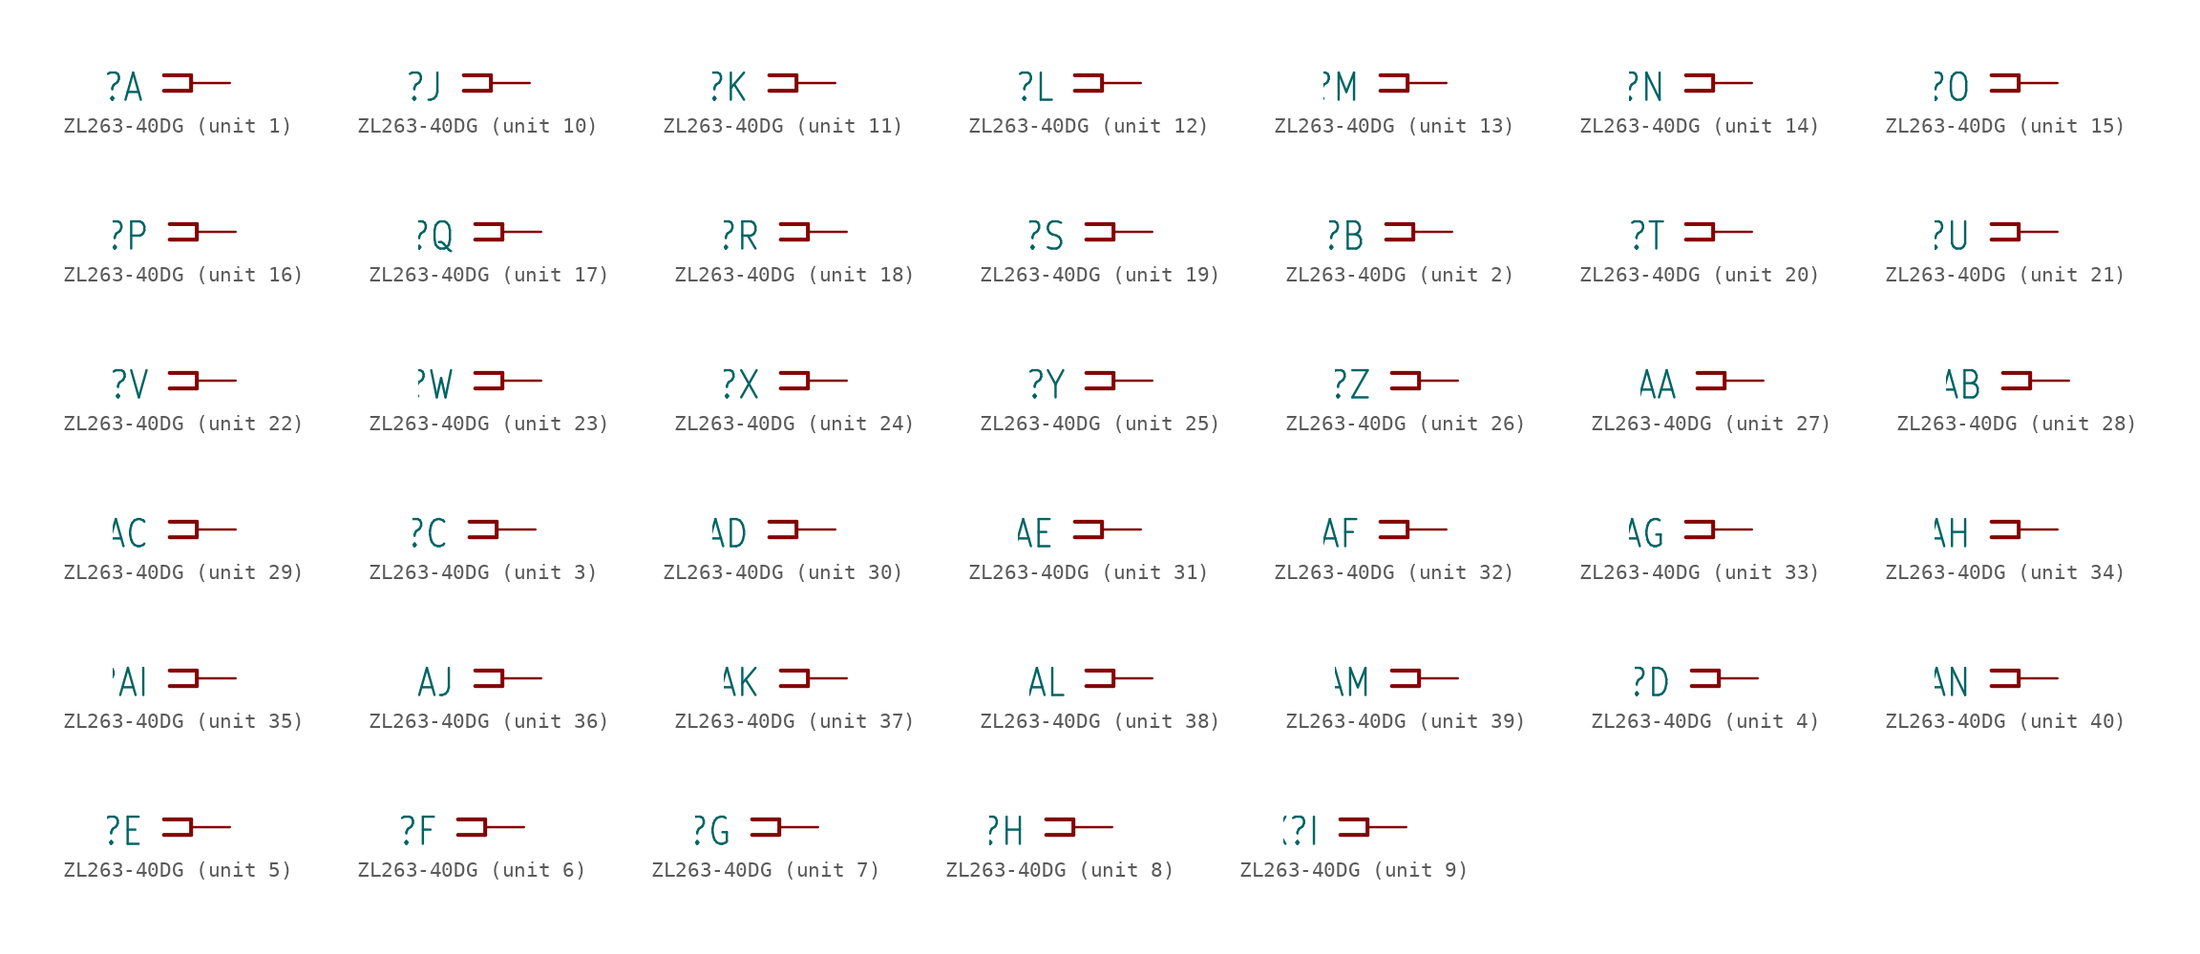
<source format=kicad_sym>
(kicad_symbol_lib
  (version 20220914)
  (generator kicad_symbol_editor)
  (symbol "ZL263-40DG"
    (property "Reference" "X"
      (at -5.588 0.762 0)
      (effects (font (size 1.778 1.511)) (justify right top)))
    (property "ki_locked" ""
      (at 0 0 0)
      (effects (font (size 1.27 1.27))))
    (symbol "ZL263-40DG_1_0"
      (polyline (pts (xy -4.318 0.508) (xy -2.54 0.508)) (stroke (width 0.254) (type solid)) (fill (type none)))
      (polyline (pts (xy -2.54 -0.508) (xy -4.318 -0.508)) (stroke (width 0.254) (type solid)) (fill (type none)))
      (polyline (pts (xy -2.54 0.508) (xy -2.54 -0.508)) (stroke (width 0.254) (type solid)) (fill (type none)))
      (pin passive line (at 0 0 180) (length 2.54) (name "1" (effects (font (size 0 0)))) (number "1" (effects (font (size 0 0))))))
    (symbol "ZL263-40DG_2_0"
      (polyline (pts (xy -4.318 0.508) (xy -2.54 0.508)) (stroke (width 0.254) (type solid)) (fill (type none)))
      (polyline (pts (xy -2.54 -0.508) (xy -4.318 -0.508)) (stroke (width 0.254) (type solid)) (fill (type none)))
      (polyline (pts (xy -2.54 0.508) (xy -2.54 -0.508)) (stroke (width 0.254) (type solid)) (fill (type none)))
      (pin passive line (at 0 0 180) (length 2.54) (name "1" (effects (font (size 0 0)))) (number "2" (effects (font (size 0 0))))))
    (symbol "ZL263-40DG_3_0"
      (polyline (pts (xy -4.318 0.508) (xy -2.54 0.508)) (stroke (width 0.254) (type solid)) (fill (type none)))
      (polyline (pts (xy -2.54 -0.508) (xy -4.318 -0.508)) (stroke (width 0.254) (type solid)) (fill (type none)))
      (polyline (pts (xy -2.54 0.508) (xy -2.54 -0.508)) (stroke (width 0.254) (type solid)) (fill (type none)))
      (pin passive line (at 0 0 180) (length 2.54) (name "1" (effects (font (size 0 0)))) (number "3" (effects (font (size 0 0))))))
    (symbol "ZL263-40DG_4_0"
      (polyline (pts (xy -4.318 0.508) (xy -2.54 0.508)) (stroke (width 0.254) (type solid)) (fill (type none)))
      (polyline (pts (xy -2.54 -0.508) (xy -4.318 -0.508)) (stroke (width 0.254) (type solid)) (fill (type none)))
      (polyline (pts (xy -2.54 0.508) (xy -2.54 -0.508)) (stroke (width 0.254) (type solid)) (fill (type none)))
      (pin passive line (at 0 0 180) (length 2.54) (name "1" (effects (font (size 0 0)))) (number "4" (effects (font (size 0 0))))))
    (symbol "ZL263-40DG_5_0"
      (polyline (pts (xy -4.318 0.508) (xy -2.54 0.508)) (stroke (width 0.254) (type solid)) (fill (type none)))
      (polyline (pts (xy -2.54 -0.508) (xy -4.318 -0.508)) (stroke (width 0.254) (type solid)) (fill (type none)))
      (polyline (pts (xy -2.54 0.508) (xy -2.54 -0.508)) (stroke (width 0.254) (type solid)) (fill (type none)))
      (pin passive line (at 0 0 180) (length 2.54) (name "1" (effects (font (size 0 0)))) (number "5" (effects (font (size 0 0))))))
    (symbol "ZL263-40DG_6_0"
      (polyline (pts (xy -4.318 0.508) (xy -2.54 0.508)) (stroke (width 0.254) (type solid)) (fill (type none)))
      (polyline (pts (xy -2.54 -0.508) (xy -4.318 -0.508)) (stroke (width 0.254) (type solid)) (fill (type none)))
      (polyline (pts (xy -2.54 0.508) (xy -2.54 -0.508)) (stroke (width 0.254) (type solid)) (fill (type none)))
      (pin passive line (at 0 0 180) (length 2.54) (name "1" (effects (font (size 0 0)))) (number "6" (effects (font (size 0 0))))))
    (symbol "ZL263-40DG_7_0"
      (polyline (pts (xy -4.318 0.508) (xy -2.54 0.508)) (stroke (width 0.254) (type solid)) (fill (type none)))
      (polyline (pts (xy -2.54 -0.508) (xy -4.318 -0.508)) (stroke (width 0.254) (type solid)) (fill (type none)))
      (polyline (pts (xy -2.54 0.508) (xy -2.54 -0.508)) (stroke (width 0.254) (type solid)) (fill (type none)))
      (pin passive line (at 0 0 180) (length 2.54) (name "1" (effects (font (size 0 0)))) (number "7" (effects (font (size 0 0))))))
    (symbol "ZL263-40DG_8_0"
      (polyline (pts (xy -4.318 0.508) (xy -2.54 0.508)) (stroke (width 0.254) (type solid)) (fill (type none)))
      (polyline (pts (xy -2.54 -0.508) (xy -4.318 -0.508)) (stroke (width 0.254) (type solid)) (fill (type none)))
      (polyline (pts (xy -2.54 0.508) (xy -2.54 -0.508)) (stroke (width 0.254) (type solid)) (fill (type none)))
      (pin passive line (at 0 0 180) (length 2.54) (name "1" (effects (font (size 0 0)))) (number "8" (effects (font (size 0 0))))))
    (symbol "ZL263-40DG_9_0"
      (polyline (pts (xy -4.318 0.508) (xy -2.54 0.508)) (stroke (width 0.254) (type solid)) (fill (type none)))
      (polyline (pts (xy -2.54 -0.508) (xy -4.318 -0.508)) (stroke (width 0.254) (type solid)) (fill (type none)))
      (polyline (pts (xy -2.54 0.508) (xy -2.54 -0.508)) (stroke (width 0.254) (type solid)) (fill (type none)))
      (pin passive line (at 0 0 180) (length 2.54) (name "1" (effects (font (size 0 0)))) (number "9" (effects (font (size 0 0))))))
    (symbol "ZL263-40DG_10_0"
      (polyline (pts (xy -4.318 0.508) (xy -2.54 0.508)) (stroke (width 0.254) (type solid)) (fill (type none)))
      (polyline (pts (xy -2.54 -0.508) (xy -4.318 -0.508)) (stroke (width 0.254) (type solid)) (fill (type none)))
      (polyline (pts (xy -2.54 0.508) (xy -2.54 -0.508)) (stroke (width 0.254) (type solid)) (fill (type none)))
      (pin passive line (at 0 0 180) (length 2.54) (name "1" (effects (font (size 0 0)))) (number "10" (effects (font (size 0 0))))))
    (symbol "ZL263-40DG_11_0"
      (polyline (pts (xy -4.318 0.508) (xy -2.54 0.508)) (stroke (width 0.254) (type solid)) (fill (type none)))
      (polyline (pts (xy -2.54 -0.508) (xy -4.318 -0.508)) (stroke (width 0.254) (type solid)) (fill (type none)))
      (polyline (pts (xy -2.54 0.508) (xy -2.54 -0.508)) (stroke (width 0.254) (type solid)) (fill (type none)))
      (pin passive line (at 0 0 180) (length 2.54) (name "1" (effects (font (size 0 0)))) (number "11" (effects (font (size 0 0))))))
    (symbol "ZL263-40DG_12_0"
      (polyline (pts (xy -4.318 0.508) (xy -2.54 0.508)) (stroke (width 0.254) (type solid)) (fill (type none)))
      (polyline (pts (xy -2.54 -0.508) (xy -4.318 -0.508)) (stroke (width 0.254) (type solid)) (fill (type none)))
      (polyline (pts (xy -2.54 0.508) (xy -2.54 -0.508)) (stroke (width 0.254) (type solid)) (fill (type none)))
      (pin passive line (at 0 0 180) (length 2.54) (name "1" (effects (font (size 0 0)))) (number "12" (effects (font (size 0 0))))))
    (symbol "ZL263-40DG_13_0"
      (polyline (pts (xy -4.318 0.508) (xy -2.54 0.508)) (stroke (width 0.254) (type solid)) (fill (type none)))
      (polyline (pts (xy -2.54 -0.508) (xy -4.318 -0.508)) (stroke (width 0.254) (type solid)) (fill (type none)))
      (polyline (pts (xy -2.54 0.508) (xy -2.54 -0.508)) (stroke (width 0.254) (type solid)) (fill (type none)))
      (pin passive line (at 0 0 180) (length 2.54) (name "1" (effects (font (size 0 0)))) (number "13" (effects (font (size 0 0))))))
    (symbol "ZL263-40DG_14_0"
      (polyline (pts (xy -4.318 0.508) (xy -2.54 0.508)) (stroke (width 0.254) (type solid)) (fill (type none)))
      (polyline (pts (xy -2.54 -0.508) (xy -4.318 -0.508)) (stroke (width 0.254) (type solid)) (fill (type none)))
      (polyline (pts (xy -2.54 0.508) (xy -2.54 -0.508)) (stroke (width 0.254) (type solid)) (fill (type none)))
      (pin passive line (at 0 0 180) (length 2.54) (name "1" (effects (font (size 0 0)))) (number "14" (effects (font (size 0 0))))))
    (symbol "ZL263-40DG_15_0"
      (polyline (pts (xy -4.318 0.508) (xy -2.54 0.508)) (stroke (width 0.254) (type solid)) (fill (type none)))
      (polyline (pts (xy -2.54 -0.508) (xy -4.318 -0.508)) (stroke (width 0.254) (type solid)) (fill (type none)))
      (polyline (pts (xy -2.54 0.508) (xy -2.54 -0.508)) (stroke (width 0.254) (type solid)) (fill (type none)))
      (pin passive line (at 0 0 180) (length 2.54) (name "1" (effects (font (size 0 0)))) (number "15" (effects (font (size 0 0))))))
    (symbol "ZL263-40DG_16_0"
      (polyline (pts (xy -4.318 0.508) (xy -2.54 0.508)) (stroke (width 0.254) (type solid)) (fill (type none)))
      (polyline (pts (xy -2.54 -0.508) (xy -4.318 -0.508)) (stroke (width 0.254) (type solid)) (fill (type none)))
      (polyline (pts (xy -2.54 0.508) (xy -2.54 -0.508)) (stroke (width 0.254) (type solid)) (fill (type none)))
      (pin passive line (at 0 0 180) (length 2.54) (name "1" (effects (font (size 0 0)))) (number "16" (effects (font (size 0 0))))))
    (symbol "ZL263-40DG_17_0"
      (polyline (pts (xy -4.318 0.508) (xy -2.54 0.508)) (stroke (width 0.254) (type solid)) (fill (type none)))
      (polyline (pts (xy -2.54 -0.508) (xy -4.318 -0.508)) (stroke (width 0.254) (type solid)) (fill (type none)))
      (polyline (pts (xy -2.54 0.508) (xy -2.54 -0.508)) (stroke (width 0.254) (type solid)) (fill (type none)))
      (pin passive line (at 0 0 180) (length 2.54) (name "1" (effects (font (size 0 0)))) (number "17" (effects (font (size 0 0))))))
    (symbol "ZL263-40DG_18_0"
      (polyline (pts (xy -4.318 0.508) (xy -2.54 0.508)) (stroke (width 0.254) (type solid)) (fill (type none)))
      (polyline (pts (xy -2.54 -0.508) (xy -4.318 -0.508)) (stroke (width 0.254) (type solid)) (fill (type none)))
      (polyline (pts (xy -2.54 0.508) (xy -2.54 -0.508)) (stroke (width 0.254) (type solid)) (fill (type none)))
      (pin passive line (at 0 0 180) (length 2.54) (name "1" (effects (font (size 0 0)))) (number "18" (effects (font (size 0 0))))))
    (symbol "ZL263-40DG_19_0"
      (polyline (pts (xy -4.318 0.508) (xy -2.54 0.508)) (stroke (width 0.254) (type solid)) (fill (type none)))
      (polyline (pts (xy -2.54 -0.508) (xy -4.318 -0.508)) (stroke (width 0.254) (type solid)) (fill (type none)))
      (polyline (pts (xy -2.54 0.508) (xy -2.54 -0.508)) (stroke (width 0.254) (type solid)) (fill (type none)))
      (pin passive line (at 0 0 180) (length 2.54) (name "1" (effects (font (size 0 0)))) (number "19" (effects (font (size 0 0))))))
    (symbol "ZL263-40DG_20_0"
      (polyline (pts (xy -4.318 0.508) (xy -2.54 0.508)) (stroke (width 0.254) (type solid)) (fill (type none)))
      (polyline (pts (xy -2.54 -0.508) (xy -4.318 -0.508)) (stroke (width 0.254) (type solid)) (fill (type none)))
      (polyline (pts (xy -2.54 0.508) (xy -2.54 -0.508)) (stroke (width 0.254) (type solid)) (fill (type none)))
      (pin passive line (at 0 0 180) (length 2.54) (name "1" (effects (font (size 0 0)))) (number "20" (effects (font (size 0 0))))))
    (symbol "ZL263-40DG_21_0"
      (polyline (pts (xy -4.318 0.508) (xy -2.54 0.508)) (stroke (width 0.254) (type solid)) (fill (type none)))
      (polyline (pts (xy -2.54 -0.508) (xy -4.318 -0.508)) (stroke (width 0.254) (type solid)) (fill (type none)))
      (polyline (pts (xy -2.54 0.508) (xy -2.54 -0.508)) (stroke (width 0.254) (type solid)) (fill (type none)))
      (pin passive line (at 0 0 180) (length 2.54) (name "1" (effects (font (size 0 0)))) (number "21" (effects (font (size 0 0))))))
    (symbol "ZL263-40DG_22_0"
      (polyline (pts (xy -4.318 0.508) (xy -2.54 0.508)) (stroke (width 0.254) (type solid)) (fill (type none)))
      (polyline (pts (xy -2.54 -0.508) (xy -4.318 -0.508)) (stroke (width 0.254) (type solid)) (fill (type none)))
      (polyline (pts (xy -2.54 0.508) (xy -2.54 -0.508)) (stroke (width 0.254) (type solid)) (fill (type none)))
      (pin passive line (at 0 0 180) (length 2.54) (name "1" (effects (font (size 0 0)))) (number "22" (effects (font (size 0 0))))))
    (symbol "ZL263-40DG_23_0"
      (polyline (pts (xy -4.318 0.508) (xy -2.54 0.508)) (stroke (width 0.254) (type solid)) (fill (type none)))
      (polyline (pts (xy -2.54 -0.508) (xy -4.318 -0.508)) (stroke (width 0.254) (type solid)) (fill (type none)))
      (polyline (pts (xy -2.54 0.508) (xy -2.54 -0.508)) (stroke (width 0.254) (type solid)) (fill (type none)))
      (pin passive line (at 0 0 180) (length 2.54) (name "1" (effects (font (size 0 0)))) (number "23" (effects (font (size 0 0))))))
    (symbol "ZL263-40DG_24_0"
      (polyline (pts (xy -4.318 0.508) (xy -2.54 0.508)) (stroke (width 0.254) (type solid)) (fill (type none)))
      (polyline (pts (xy -2.54 -0.508) (xy -4.318 -0.508)) (stroke (width 0.254) (type solid)) (fill (type none)))
      (polyline (pts (xy -2.54 0.508) (xy -2.54 -0.508)) (stroke (width 0.254) (type solid)) (fill (type none)))
      (pin passive line (at 0 0 180) (length 2.54) (name "1" (effects (font (size 0 0)))) (number "24" (effects (font (size 0 0))))))
    (symbol "ZL263-40DG_25_0"
      (polyline (pts (xy -4.318 0.508) (xy -2.54 0.508)) (stroke (width 0.254) (type solid)) (fill (type none)))
      (polyline (pts (xy -2.54 -0.508) (xy -4.318 -0.508)) (stroke (width 0.254) (type solid)) (fill (type none)))
      (polyline (pts (xy -2.54 0.508) (xy -2.54 -0.508)) (stroke (width 0.254) (type solid)) (fill (type none)))
      (pin passive line (at 0 0 180) (length 2.54) (name "1" (effects (font (size 0 0)))) (number "25" (effects (font (size 0 0))))))
    (symbol "ZL263-40DG_26_0"
      (polyline (pts (xy -4.318 0.508) (xy -2.54 0.508)) (stroke (width 0.254) (type solid)) (fill (type none)))
      (polyline (pts (xy -2.54 -0.508) (xy -4.318 -0.508)) (stroke (width 0.254) (type solid)) (fill (type none)))
      (polyline (pts (xy -2.54 0.508) (xy -2.54 -0.508)) (stroke (width 0.254) (type solid)) (fill (type none)))
      (pin passive line (at 0 0 180) (length 2.54) (name "1" (effects (font (size 0 0)))) (number "26" (effects (font (size 0 0))))))
    (symbol "ZL263-40DG_27_0"
      (polyline (pts (xy -4.318 0.508) (xy -2.54 0.508)) (stroke (width 0.254) (type solid)) (fill (type none)))
      (polyline (pts (xy -2.54 -0.508) (xy -4.318 -0.508)) (stroke (width 0.254) (type solid)) (fill (type none)))
      (polyline (pts (xy -2.54 0.508) (xy -2.54 -0.508)) (stroke (width 0.254) (type solid)) (fill (type none)))
      (pin passive line (at 0 0 180) (length 2.54) (name "1" (effects (font (size 0 0)))) (number "27" (effects (font (size 0 0))))))
    (symbol "ZL263-40DG_28_0"
      (polyline (pts (xy -4.318 0.508) (xy -2.54 0.508)) (stroke (width 0.254) (type solid)) (fill (type none)))
      (polyline (pts (xy -2.54 -0.508) (xy -4.318 -0.508)) (stroke (width 0.254) (type solid)) (fill (type none)))
      (polyline (pts (xy -2.54 0.508) (xy -2.54 -0.508)) (stroke (width 0.254) (type solid)) (fill (type none)))
      (pin passive line (at 0 0 180) (length 2.54) (name "1" (effects (font (size 0 0)))) (number "28" (effects (font (size 0 0))))))
    (symbol "ZL263-40DG_29_0"
      (polyline (pts (xy -4.318 0.508) (xy -2.54 0.508)) (stroke (width 0.254) (type solid)) (fill (type none)))
      (polyline (pts (xy -2.54 -0.508) (xy -4.318 -0.508)) (stroke (width 0.254) (type solid)) (fill (type none)))
      (polyline (pts (xy -2.54 0.508) (xy -2.54 -0.508)) (stroke (width 0.254) (type solid)) (fill (type none)))
      (pin passive line (at 0 0 180) (length 2.54) (name "1" (effects (font (size 0 0)))) (number "29" (effects (font (size 0 0))))))
    (symbol "ZL263-40DG_30_0"
      (polyline (pts (xy -4.318 0.508) (xy -2.54 0.508)) (stroke (width 0.254) (type solid)) (fill (type none)))
      (polyline (pts (xy -2.54 -0.508) (xy -4.318 -0.508)) (stroke (width 0.254) (type solid)) (fill (type none)))
      (polyline (pts (xy -2.54 0.508) (xy -2.54 -0.508)) (stroke (width 0.254) (type solid)) (fill (type none)))
      (pin passive line (at 0 0 180) (length 2.54) (name "1" (effects (font (size 0 0)))) (number "30" (effects (font (size 0 0))))))
    (symbol "ZL263-40DG_31_0"
      (polyline (pts (xy -4.318 0.508) (xy -2.54 0.508)) (stroke (width 0.254) (type solid)) (fill (type none)))
      (polyline (pts (xy -2.54 -0.508) (xy -4.318 -0.508)) (stroke (width 0.254) (type solid)) (fill (type none)))
      (polyline (pts (xy -2.54 0.508) (xy -2.54 -0.508)) (stroke (width 0.254) (type solid)) (fill (type none)))
      (pin passive line (at 0 0 180) (length 2.54) (name "1" (effects (font (size 0 0)))) (number "31" (effects (font (size 0 0))))))
    (symbol "ZL263-40DG_32_0"
      (polyline (pts (xy -4.318 0.508) (xy -2.54 0.508)) (stroke (width 0.254) (type solid)) (fill (type none)))
      (polyline (pts (xy -2.54 -0.508) (xy -4.318 -0.508)) (stroke (width 0.254) (type solid)) (fill (type none)))
      (polyline (pts (xy -2.54 0.508) (xy -2.54 -0.508)) (stroke (width 0.254) (type solid)) (fill (type none)))
      (pin passive line (at 0 0 180) (length 2.54) (name "1" (effects (font (size 0 0)))) (number "32" (effects (font (size 0 0))))))
    (symbol "ZL263-40DG_33_0"
      (polyline (pts (xy -4.318 0.508) (xy -2.54 0.508)) (stroke (width 0.254) (type solid)) (fill (type none)))
      (polyline (pts (xy -2.54 -0.508) (xy -4.318 -0.508)) (stroke (width 0.254) (type solid)) (fill (type none)))
      (polyline (pts (xy -2.54 0.508) (xy -2.54 -0.508)) (stroke (width 0.254) (type solid)) (fill (type none)))
      (pin passive line (at 0 0 180) (length 2.54) (name "1" (effects (font (size 0 0)))) (number "33" (effects (font (size 0 0))))))
    (symbol "ZL263-40DG_34_0"
      (polyline (pts (xy -4.318 0.508) (xy -2.54 0.508)) (stroke (width 0.254) (type solid)) (fill (type none)))
      (polyline (pts (xy -2.54 -0.508) (xy -4.318 -0.508)) (stroke (width 0.254) (type solid)) (fill (type none)))
      (polyline (pts (xy -2.54 0.508) (xy -2.54 -0.508)) (stroke (width 0.254) (type solid)) (fill (type none)))
      (pin passive line (at 0 0 180) (length 2.54) (name "1" (effects (font (size 0 0)))) (number "34" (effects (font (size 0 0))))))
    (symbol "ZL263-40DG_35_0"
      (polyline (pts (xy -4.318 0.508) (xy -2.54 0.508)) (stroke (width 0.254) (type solid)) (fill (type none)))
      (polyline (pts (xy -2.54 -0.508) (xy -4.318 -0.508)) (stroke (width 0.254) (type solid)) (fill (type none)))
      (polyline (pts (xy -2.54 0.508) (xy -2.54 -0.508)) (stroke (width 0.254) (type solid)) (fill (type none)))
      (pin passive line (at 0 0 180) (length 2.54) (name "1" (effects (font (size 0 0)))) (number "35" (effects (font (size 0 0))))))
    (symbol "ZL263-40DG_36_0"
      (polyline (pts (xy -4.318 0.508) (xy -2.54 0.508)) (stroke (width 0.254) (type solid)) (fill (type none)))
      (polyline (pts (xy -2.54 -0.508) (xy -4.318 -0.508)) (stroke (width 0.254) (type solid)) (fill (type none)))
      (polyline (pts (xy -2.54 0.508) (xy -2.54 -0.508)) (stroke (width 0.254) (type solid)) (fill (type none)))
      (pin passive line (at 0 0 180) (length 2.54) (name "1" (effects (font (size 0 0)))) (number "36" (effects (font (size 0 0))))))
    (symbol "ZL263-40DG_37_0"
      (polyline (pts (xy -4.318 0.508) (xy -2.54 0.508)) (stroke (width 0.254) (type solid)) (fill (type none)))
      (polyline (pts (xy -2.54 -0.508) (xy -4.318 -0.508)) (stroke (width 0.254) (type solid)) (fill (type none)))
      (polyline (pts (xy -2.54 0.508) (xy -2.54 -0.508)) (stroke (width 0.254) (type solid)) (fill (type none)))
      (pin passive line (at 0 0 180) (length 2.54) (name "1" (effects (font (size 0 0)))) (number "37" (effects (font (size 0 0))))))
    (symbol "ZL263-40DG_38_0"
      (polyline (pts (xy -4.318 0.508) (xy -2.54 0.508)) (stroke (width 0.254) (type solid)) (fill (type none)))
      (polyline (pts (xy -2.54 -0.508) (xy -4.318 -0.508)) (stroke (width 0.254) (type solid)) (fill (type none)))
      (polyline (pts (xy -2.54 0.508) (xy -2.54 -0.508)) (stroke (width 0.254) (type solid)) (fill (type none)))
      (pin passive line (at 0 0 180) (length 2.54) (name "1" (effects (font (size 0 0)))) (number "38" (effects (font (size 0 0))))))
    (symbol "ZL263-40DG_39_0"
      (polyline (pts (xy -4.318 0.508) (xy -2.54 0.508)) (stroke (width 0.254) (type solid)) (fill (type none)))
      (polyline (pts (xy -2.54 -0.508) (xy -4.318 -0.508)) (stroke (width 0.254) (type solid)) (fill (type none)))
      (polyline (pts (xy -2.54 0.508) (xy -2.54 -0.508)) (stroke (width 0.254) (type solid)) (fill (type none)))
      (pin passive line (at 0 0 180) (length 2.54) (name "1" (effects (font (size 0 0)))) (number "39" (effects (font (size 0 0))))))
    (symbol "ZL263-40DG_40_0"
      (polyline (pts (xy -4.318 0.508) (xy -2.54 0.508)) (stroke (width 0.254) (type solid)) (fill (type none)))
      (polyline (pts (xy -2.54 -0.508) (xy -4.318 -0.508)) (stroke (width 0.254) (type solid)) (fill (type none)))
      (polyline (pts (xy -2.54 0.508) (xy -2.54 -0.508)) (stroke (width 0.254) (type solid)) (fill (type none)))
      (pin passive line (at 0 0 180) (length 2.54) (name "1" (effects (font (size 0 0)))) (number "40" (effects (font (size 0 0))))))))
</source>
